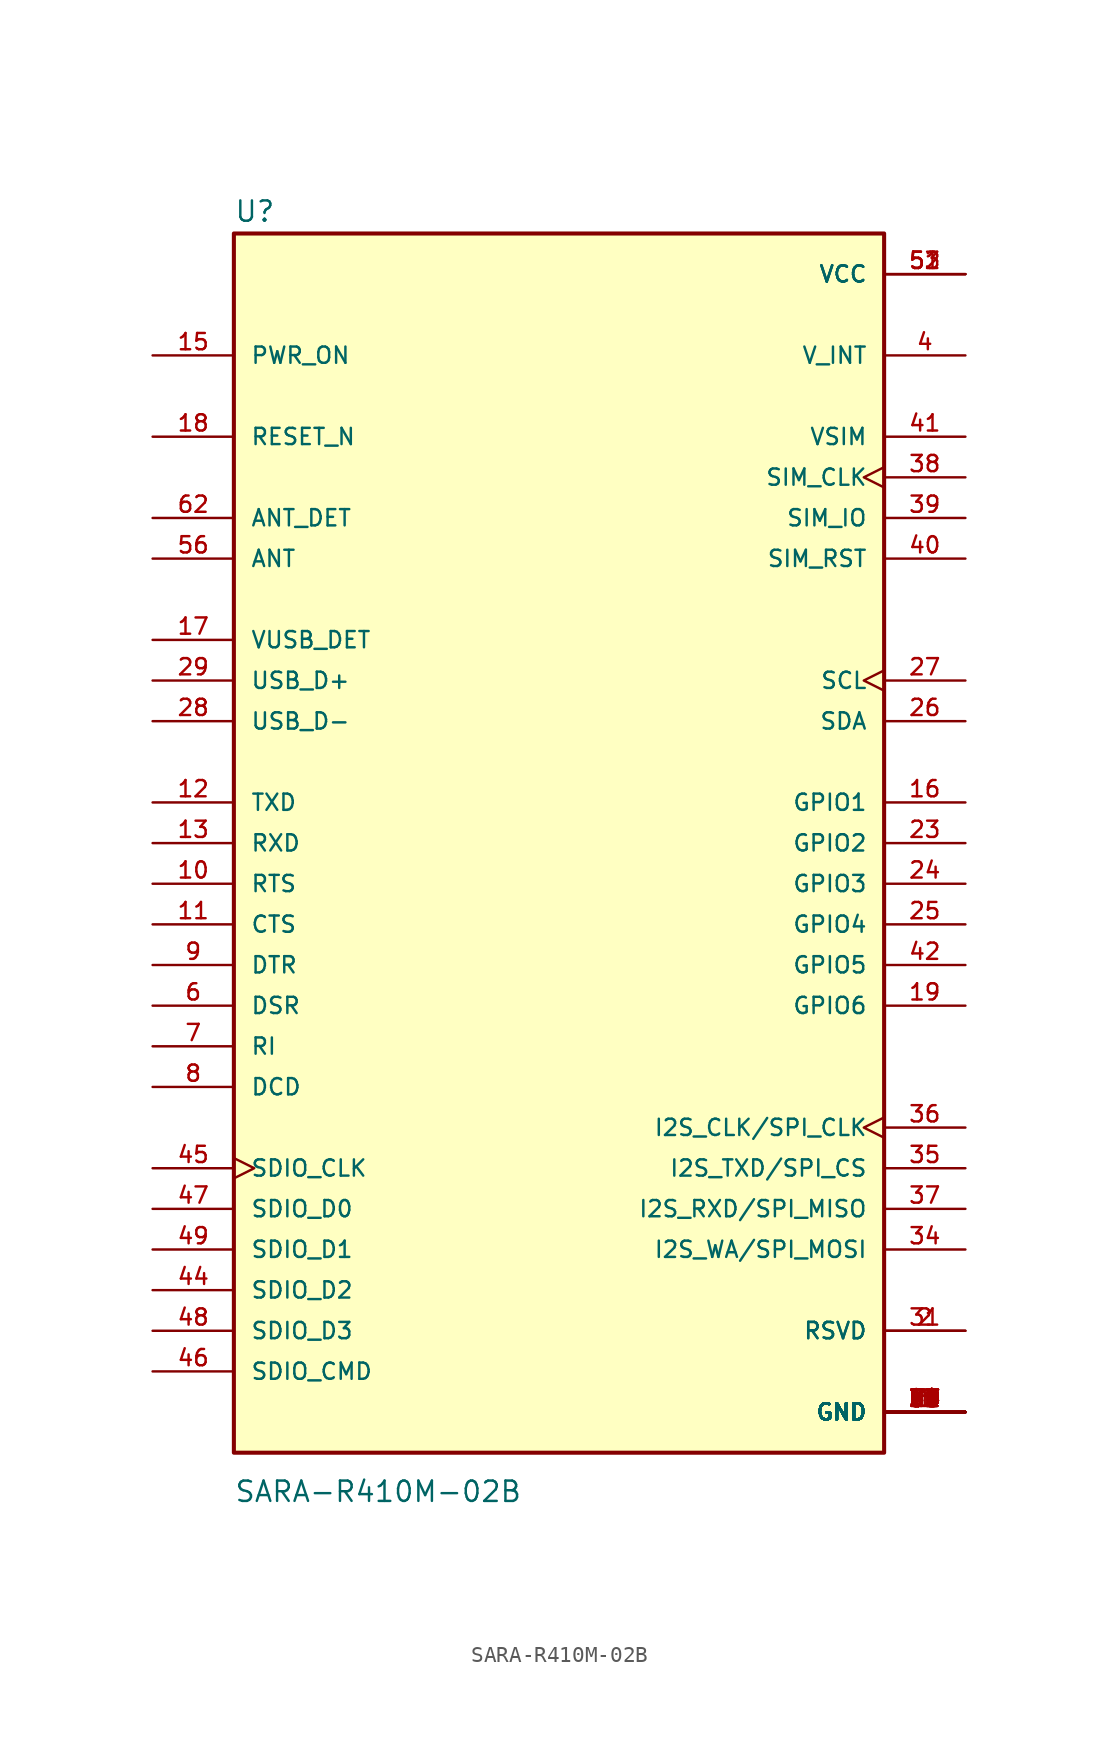
<source format=kicad_sym>
(kicad_symbol_lib
  (version 20211014)
  (generator kicad_symbol_editor)
  (symbol "SARA-R410M-02B"
    (pin_names
      (offset 1.016))
    (property "Reference" "U"
      (at -20.32 38.735 0)
      (effects (font (size 1.27 1.27)) (justify left bottom)))
    (property "Value" "SARA-R410M-02B"
      (at -20.32 -41.275 0)
      (effects (font (size 1.27 1.27)) (justify left bottom)))
    (property "ki_locked" ""
      (at 0 0 0)
      (effects (font (size 1.27 1.27))))
    (symbol "SARA-R410M-02B_0_0"
      (rectangle (start -20.32 -38.1) (end 20.32 38.1) (stroke (width 0.254) (type default) (color 0 0 0 0)) (fill (type background)))
      (pin power_in line (at 25.4 -35.56 180) (length 5.08) (name "GND" (effects (font (size 1.016 1.016)))) (number "1" (effects (font (size 1.016 1.016)))))
      (pin input line (at -25.4 -2.54 0) (length 5.08) (name "RTS" (effects (font (size 1.016 1.016)))) (number "10" (effects (font (size 1.016 1.016)))))
      (pin output line (at -25.4 -5.08 0) (length 5.08) (name "CTS" (effects (font (size 1.016 1.016)))) (number "11" (effects (font (size 1.016 1.016)))))
      (pin input line (at -25.4 2.54 0) (length 5.08) (name "TXD" (effects (font (size 1.016 1.016)))) (number "12" (effects (font (size 1.016 1.016)))))
      (pin output line (at -25.4 0 0) (length 5.08) (name "RXD" (effects (font (size 1.016 1.016)))) (number "13" (effects (font (size 1.016 1.016)))))
      (pin power_in line (at 25.4 -35.56 180) (length 5.08) (name "GND" (effects (font (size 1.016 1.016)))) (number "14" (effects (font (size 1.016 1.016)))))
      (pin input line (at -25.4 30.48 0) (length 5.08) (name "PWR_ON" (effects (font (size 1.016 1.016)))) (number "15" (effects (font (size 1.016 1.016)))))
      (pin bidirectional line (at 25.4 2.54 180) (length 5.08) (name "GPIO1" (effects (font (size 1.016 1.016)))) (number "16" (effects (font (size 1.016 1.016)))))
      (pin input line (at -25.4 12.7 0) (length 5.08) (name "VUSB_DET" (effects (font (size 1.016 1.016)))) (number "17" (effects (font (size 1.016 1.016)))))
      (pin input line (at -25.4 25.4 0) (length 5.08) (name "RESET_N" (effects (font (size 1.016 1.016)))) (number "18" (effects (font (size 1.016 1.016)))))
      (pin bidirectional line (at 25.4 -10.16 180) (length 5.08) (name "GPIO6" (effects (font (size 1.016 1.016)))) (number "19" (effects (font (size 1.016 1.016)))))
      (pin passive line (at 25.4 -30.48 180) (length 5.08) (name "RSVD" (effects (font (size 1.016 1.016)))) (number "2" (effects (font (size 1.016 1.016)))))
      (pin power_in line (at 25.4 -35.56 180) (length 5.08) (name "GND" (effects (font (size 1.016 1.016)))) (number "20" (effects (font (size 1.016 1.016)))))
      (pin power_in line (at 25.4 -35.56 180) (length 5.08) (name "GND" (effects (font (size 1.016 1.016)))) (number "21" (effects (font (size 1.016 1.016)))))
      (pin power_in line (at 25.4 -35.56 180) (length 5.08) (name "GND" (effects (font (size 1.016 1.016)))) (number "22" (effects (font (size 1.016 1.016)))))
      (pin bidirectional line (at 25.4 0 180) (length 5.08) (name "GPIO2" (effects (font (size 1.016 1.016)))) (number "23" (effects (font (size 1.016 1.016)))))
      (pin bidirectional line (at 25.4 -2.54 180) (length 5.08) (name "GPIO3" (effects (font (size 1.016 1.016)))) (number "24" (effects (font (size 1.016 1.016)))))
      (pin bidirectional line (at 25.4 -5.08 180) (length 5.08) (name "GPIO4" (effects (font (size 1.016 1.016)))) (number "25" (effects (font (size 1.016 1.016)))))
      (pin bidirectional line (at 25.4 7.62 180) (length 5.08) (name "SDA" (effects (font (size 1.016 1.016)))) (number "26" (effects (font (size 1.016 1.016)))))
      (pin output clock (at 25.4 10.16 180) (length 5.08) (name "SCL" (effects (font (size 1.016 1.016)))) (number "27" (effects (font (size 1.016 1.016)))))
      (pin bidirectional line (at -25.4 7.62 0) (length 5.08) (name "USB_D-" (effects (font (size 1.016 1.016)))) (number "28" (effects (font (size 1.016 1.016)))))
      (pin bidirectional line (at -25.4 10.16 0) (length 5.08) (name "USB_D+" (effects (font (size 1.016 1.016)))) (number "29" (effects (font (size 1.016 1.016)))))
      (pin power_in line (at 25.4 -35.56 180) (length 5.08) (name "GND" (effects (font (size 1.016 1.016)))) (number "3" (effects (font (size 1.016 1.016)))))
      (pin power_in line (at 25.4 -35.56 180) (length 5.08) (name "GND" (effects (font (size 1.016 1.016)))) (number "30" (effects (font (size 1.016 1.016)))))
      (pin passive line (at 25.4 -30.48 180) (length 5.08) (name "RSVD" (effects (font (size 1.016 1.016)))) (number "31" (effects (font (size 1.016 1.016)))))
      (pin power_in line (at 25.4 -35.56 180) (length 5.08) (name "GND" (effects (font (size 1.016 1.016)))) (number "32" (effects (font (size 1.016 1.016)))))
      (pin power_in line (at 25.4 -35.56 180) (length 5.08) (name "GND" (effects (font (size 1.016 1.016)))) (number "33" (effects (font (size 1.016 1.016)))))
      (pin output line (at 25.4 -25.4 180) (length 5.08) (name "I2S_WA/SPI_MOSI" (effects (font (size 1.016 1.016)))) (number "34" (effects (font (size 1.016 1.016)))))
      (pin output line (at 25.4 -20.32 180) (length 5.08) (name "I2S_TXD/SPI_CS" (effects (font (size 1.016 1.016)))) (number "35" (effects (font (size 1.016 1.016)))))
      (pin output clock (at 25.4 -17.78 180) (length 5.08) (name "I2S_CLK/SPI_CLK" (effects (font (size 1.016 1.016)))) (number "36" (effects (font (size 1.016 1.016)))))
      (pin input line (at 25.4 -22.86 180) (length 5.08) (name "I2S_RXD/SPI_MISO" (effects (font (size 1.016 1.016)))) (number "37" (effects (font (size 1.016 1.016)))))
      (pin output clock (at 25.4 22.86 180) (length 5.08) (name "SIM_CLK" (effects (font (size 1.016 1.016)))) (number "38" (effects (font (size 1.016 1.016)))))
      (pin bidirectional line (at 25.4 20.32 180) (length 5.08) (name "SIM_IO" (effects (font (size 1.016 1.016)))) (number "39" (effects (font (size 1.016 1.016)))))
      (pin output line (at 25.4 30.48 180) (length 5.08) (name "V_INT" (effects (font (size 1.016 1.016)))) (number "4" (effects (font (size 1.016 1.016)))))
      (pin output line (at 25.4 17.78 180) (length 5.08) (name "SIM_RST" (effects (font (size 1.016 1.016)))) (number "40" (effects (font (size 1.016 1.016)))))
      (pin output line (at 25.4 25.4 180) (length 5.08) (name "VSIM" (effects (font (size 1.016 1.016)))) (number "41" (effects (font (size 1.016 1.016)))))
      (pin bidirectional line (at 25.4 -7.62 180) (length 5.08) (name "GPIO5" (effects (font (size 1.016 1.016)))) (number "42" (effects (font (size 1.016 1.016)))))
      (pin power_in line (at 25.4 -35.56 180) (length 5.08) (name "GND" (effects (font (size 1.016 1.016)))) (number "43" (effects (font (size 1.016 1.016)))))
      (pin bidirectional line (at -25.4 -27.94 0) (length 5.08) (name "SDIO_D2" (effects (font (size 1.016 1.016)))) (number "44" (effects (font (size 1.016 1.016)))))
      (pin output clock (at -25.4 -20.32 0) (length 5.08) (name "SDIO_CLK" (effects (font (size 1.016 1.016)))) (number "45" (effects (font (size 1.016 1.016)))))
      (pin bidirectional line (at -25.4 -33.02 0) (length 5.08) (name "SDIO_CMD" (effects (font (size 1.016 1.016)))) (number "46" (effects (font (size 1.016 1.016)))))
      (pin bidirectional line (at -25.4 -22.86 0) (length 5.08) (name "SDIO_D0" (effects (font (size 1.016 1.016)))) (number "47" (effects (font (size 1.016 1.016)))))
      (pin bidirectional line (at -25.4 -30.48 0) (length 5.08) (name "SDIO_D3" (effects (font (size 1.016 1.016)))) (number "48" (effects (font (size 1.016 1.016)))))
      (pin bidirectional line (at -25.4 -25.4 0) (length 5.08) (name "SDIO_D1" (effects (font (size 1.016 1.016)))) (number "49" (effects (font (size 1.016 1.016)))))
      (pin power_in line (at 25.4 -35.56 180) (length 5.08) (name "GND" (effects (font (size 1.016 1.016)))) (number "5" (effects (font (size 1.016 1.016)))))
      (pin power_in line (at 25.4 -35.56 180) (length 5.08) (name "GND" (effects (font (size 1.016 1.016)))) (number "50" (effects (font (size 1.016 1.016)))))
      (pin power_in line (at 25.4 35.56 180) (length 5.08) (name "VCC" (effects (font (size 1.016 1.016)))) (number "51" (effects (font (size 1.016 1.016)))))
      (pin power_in line (at 25.4 35.56 180) (length 5.08) (name "VCC" (effects (font (size 1.016 1.016)))) (number "52" (effects (font (size 1.016 1.016)))))
      (pin power_in line (at 25.4 35.56 180) (length 5.08) (name "VCC" (effects (font (size 1.016 1.016)))) (number "53" (effects (font (size 1.016 1.016)))))
      (pin power_in line (at 25.4 -35.56 180) (length 5.08) (name "GND" (effects (font (size 1.016 1.016)))) (number "54" (effects (font (size 1.016 1.016)))))
      (pin power_in line (at 25.4 -35.56 180) (length 5.08) (name "GND" (effects (font (size 1.016 1.016)))) (number "55" (effects (font (size 1.016 1.016)))))
      (pin bidirectional line (at -25.4 17.78 0) (length 5.08) (name "ANT" (effects (font (size 1.016 1.016)))) (number "56" (effects (font (size 1.016 1.016)))))
      (pin power_in line (at 25.4 -35.56 180) (length 5.08) (name "GND" (effects (font (size 1.016 1.016)))) (number "57" (effects (font (size 1.016 1.016)))))
      (pin power_in line (at 25.4 -35.56 180) (length 5.08) (name "GND" (effects (font (size 1.016 1.016)))) (number "58" (effects (font (size 1.016 1.016)))))
      (pin power_in line (at 25.4 -35.56 180) (length 5.08) (name "GND" (effects (font (size 1.016 1.016)))) (number "59" (effects (font (size 1.016 1.016)))))
      (pin output line (at -25.4 -10.16 0) (length 5.08) (name "DSR" (effects (font (size 1.016 1.016)))) (number "6" (effects (font (size 1.016 1.016)))))
      (pin power_in line (at 25.4 -35.56 180) (length 5.08) (name "GND" (effects (font (size 1.016 1.016)))) (number "60" (effects (font (size 1.016 1.016)))))
      (pin power_in line (at 25.4 -35.56 180) (length 5.08) (name "GND" (effects (font (size 1.016 1.016)))) (number "61" (effects (font (size 1.016 1.016)))))
      (pin input line (at -25.4 20.32 0) (length 5.08) (name "ANT_DET" (effects (font (size 1.016 1.016)))) (number "62" (effects (font (size 1.016 1.016)))))
      (pin power_in line (at 25.4 -35.56 180) (length 5.08) (name "GND" (effects (font (size 1.016 1.016)))) (number "63" (effects (font (size 1.016 1.016)))))
      (pin power_in line (at 25.4 -35.56 180) (length 5.08) (name "GND" (effects (font (size 1.016 1.016)))) (number "64" (effects (font (size 1.016 1.016)))))
      (pin power_in line (at 25.4 -35.56 180) (length 5.08) (name "GND" (effects (font (size 1.016 1.016)))) (number "65" (effects (font (size 1.016 1.016)))))
      (pin power_in line (at 25.4 -35.56 180) (length 5.08) (name "GND" (effects (font (size 1.016 1.016)))) (number "66" (effects (font (size 1.016 1.016)))))
      (pin power_in line (at 25.4 -35.56 180) (length 5.08) (name "GND" (effects (font (size 1.016 1.016)))) (number "67" (effects (font (size 1.016 1.016)))))
      (pin power_in line (at 25.4 -35.56 180) (length 5.08) (name "GND" (effects (font (size 1.016 1.016)))) (number "68" (effects (font (size 1.016 1.016)))))
      (pin power_in line (at 25.4 -35.56 180) (length 5.08) (name "GND" (effects (font (size 1.016 1.016)))) (number "69" (effects (font (size 1.016 1.016)))))
      (pin output line (at -25.4 -12.7 0) (length 5.08) (name "RI" (effects (font (size 1.016 1.016)))) (number "7" (effects (font (size 1.016 1.016)))))
      (pin power_in line (at 25.4 -35.56 180) (length 5.08) (name "GND" (effects (font (size 1.016 1.016)))) (number "70" (effects (font (size 1.016 1.016)))))
      (pin power_in line (at 25.4 -35.56 180) (length 5.08) (name "GND" (effects (font (size 1.016 1.016)))) (number "71" (effects (font (size 1.016 1.016)))))
      (pin power_in line (at 25.4 -35.56 180) (length 5.08) (name "GND" (effects (font (size 1.016 1.016)))) (number "72" (effects (font (size 1.016 1.016)))))
      (pin power_in line (at 25.4 -35.56 180) (length 5.08) (name "GND" (effects (font (size 1.016 1.016)))) (number "73" (effects (font (size 1.016 1.016)))))
      (pin power_in line (at 25.4 -35.56 180) (length 5.08) (name "GND" (effects (font (size 1.016 1.016)))) (number "74" (effects (font (size 1.016 1.016)))))
      (pin power_in line (at 25.4 -35.56 180) (length 5.08) (name "GND" (effects (font (size 1.016 1.016)))) (number "75" (effects (font (size 1.016 1.016)))))
      (pin power_in line (at 25.4 -35.56 180) (length 5.08) (name "GND" (effects (font (size 1.016 1.016)))) (number "76" (effects (font (size 1.016 1.016)))))
      (pin power_in line (at 25.4 -35.56 180) (length 5.08) (name "GND" (effects (font (size 1.016 1.016)))) (number "77" (effects (font (size 1.016 1.016)))))
      (pin power_in line (at 25.4 -35.56 180) (length 5.08) (name "GND" (effects (font (size 1.016 1.016)))) (number "78" (effects (font (size 1.016 1.016)))))
      (pin power_in line (at 25.4 -35.56 180) (length 5.08) (name "GND" (effects (font (size 1.016 1.016)))) (number "79" (effects (font (size 1.016 1.016)))))
      (pin output line (at -25.4 -15.24 0) (length 5.08) (name "DCD" (effects (font (size 1.016 1.016)))) (number "8" (effects (font (size 1.016 1.016)))))
      (pin power_in line (at 25.4 -35.56 180) (length 5.08) (name "GND" (effects (font (size 1.016 1.016)))) (number "80" (effects (font (size 1.016 1.016)))))
      (pin power_in line (at 25.4 -35.56 180) (length 5.08) (name "GND" (effects (font (size 1.016 1.016)))) (number "81" (effects (font (size 1.016 1.016)))))
      (pin power_in line (at 25.4 -35.56 180) (length 5.08) (name "GND" (effects (font (size 1.016 1.016)))) (number "82" (effects (font (size 1.016 1.016)))))
      (pin power_in line (at 25.4 -35.56 180) (length 5.08) (name "GND" (effects (font (size 1.016 1.016)))) (number "83" (effects (font (size 1.016 1.016)))))
      (pin power_in line (at 25.4 -35.56 180) (length 5.08) (name "GND" (effects (font (size 1.016 1.016)))) (number "84" (effects (font (size 1.016 1.016)))))
      (pin power_in line (at 25.4 -35.56 180) (length 5.08) (name "GND" (effects (font (size 1.016 1.016)))) (number "85" (effects (font (size 1.016 1.016)))))
      (pin power_in line (at 25.4 -35.56 180) (length 5.08) (name "GND" (effects (font (size 1.016 1.016)))) (number "86" (effects (font (size 1.016 1.016)))))
      (pin power_in line (at 25.4 -35.56 180) (length 5.08) (name "GND" (effects (font (size 1.016 1.016)))) (number "87" (effects (font (size 1.016 1.016)))))
      (pin power_in line (at 25.4 -35.56 180) (length 5.08) (name "GND" (effects (font (size 1.016 1.016)))) (number "88" (effects (font (size 1.016 1.016)))))
      (pin power_in line (at 25.4 -35.56 180) (length 5.08) (name "GND" (effects (font (size 1.016 1.016)))) (number "89" (effects (font (size 1.016 1.016)))))
      (pin input line (at -25.4 -7.62 0) (length 5.08) (name "DTR" (effects (font (size 1.016 1.016)))) (number "9" (effects (font (size 1.016 1.016)))))
      (pin power_in line (at 25.4 -35.56 180) (length 5.08) (name "GND" (effects (font (size 1.016 1.016)))) (number "90" (effects (font (size 1.016 1.016)))))
      (pin power_in line (at 25.4 -35.56 180) (length 5.08) (name "GND" (effects (font (size 1.016 1.016)))) (number "91" (effects (font (size 1.016 1.016)))))
      (pin power_in line (at 25.4 -35.56 180) (length 5.08) (name "GND" (effects (font (size 1.016 1.016)))) (number "92" (effects (font (size 1.016 1.016)))))
      (pin power_in line (at 25.4 -35.56 180) (length 5.08) (name "GND" (effects (font (size 1.016 1.016)))) (number "93" (effects (font (size 1.016 1.016)))))
      (pin power_in line (at 25.4 -35.56 180) (length 5.08) (name "GND" (effects (font (size 1.016 1.016)))) (number "94" (effects (font (size 1.016 1.016)))))
      (pin power_in line (at 25.4 -35.56 180) (length 5.08) (name "GND" (effects (font (size 1.016 1.016)))) (number "95" (effects (font (size 1.016 1.016)))))
      (pin power_in line (at 25.4 -35.56 180) (length 5.08) (name "GND" (effects (font (size 1.016 1.016)))) (number "96" (effects (font (size 1.016 1.016))))))))
</source>
